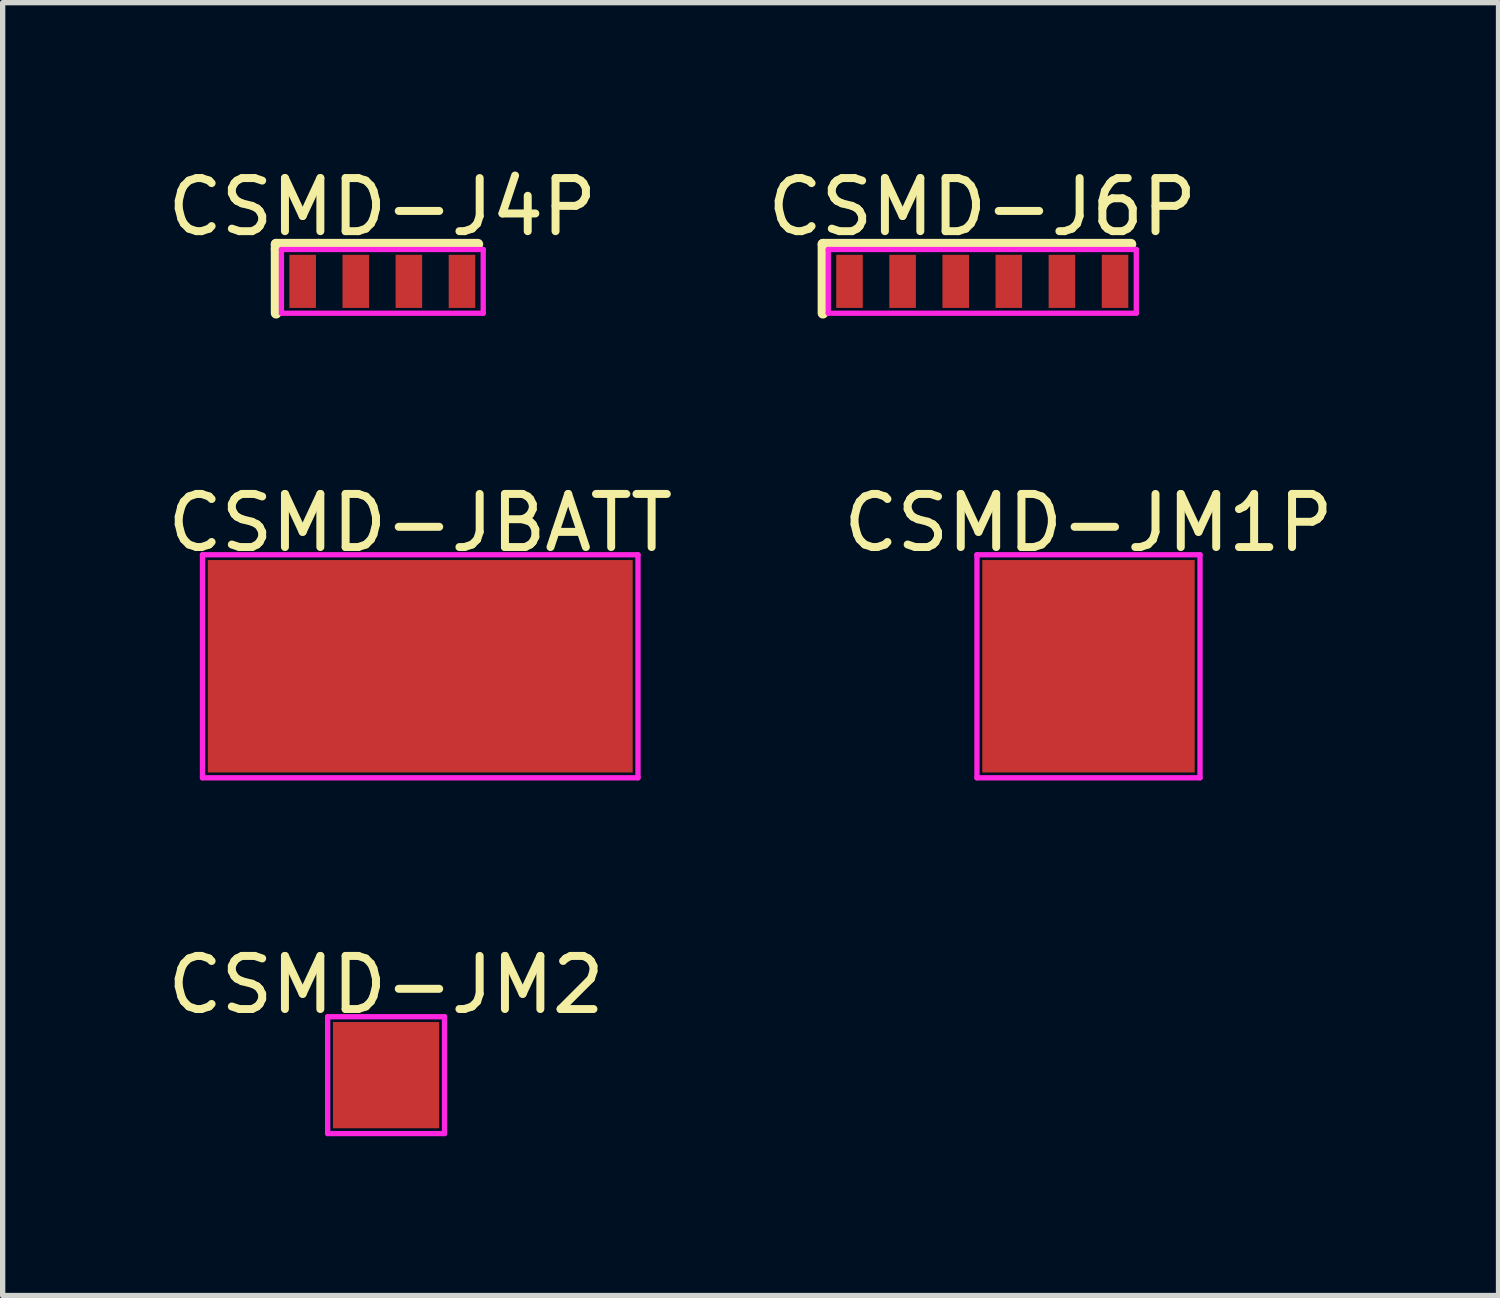
<source format=kicad_pcb>
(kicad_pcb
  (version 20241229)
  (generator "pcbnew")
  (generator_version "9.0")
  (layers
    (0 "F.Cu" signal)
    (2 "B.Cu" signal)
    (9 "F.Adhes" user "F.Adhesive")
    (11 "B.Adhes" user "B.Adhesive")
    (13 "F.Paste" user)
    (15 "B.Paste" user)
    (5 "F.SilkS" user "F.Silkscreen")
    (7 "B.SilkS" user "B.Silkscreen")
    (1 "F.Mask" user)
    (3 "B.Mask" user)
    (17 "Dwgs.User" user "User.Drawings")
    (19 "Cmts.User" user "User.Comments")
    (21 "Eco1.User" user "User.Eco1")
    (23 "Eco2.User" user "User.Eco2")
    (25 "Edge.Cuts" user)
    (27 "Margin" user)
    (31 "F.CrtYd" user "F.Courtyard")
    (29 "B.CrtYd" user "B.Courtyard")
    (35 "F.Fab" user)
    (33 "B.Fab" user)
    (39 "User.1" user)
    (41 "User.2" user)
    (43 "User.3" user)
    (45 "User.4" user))
  (footprint "CSMD-JBATT"
    (layer "F.Cu")
    (at 4.863 9.496)
    (property "Reference" "CSMD-JBATT" (at 0 -2.7 0) (layer "F.SilkS") (effects (font (size 1 1) (thickness 0.15))))
    (attr smd)
    (fp_line (start -4.1 -2.1) (end 4.1 -2.1) (stroke (width 0.1) (type solid)) (layer "F.CrtYd"))
    (fp_line (start -4.1 2.1) (end -4.1 -2.1) (stroke (width 0.1) (type solid)) (layer "F.CrtYd"))
    (fp_line (start 4.1 -2.1) (end 4.1 2.1) (stroke (width 0.1) (type solid)) (layer "F.CrtYd"))
    (fp_line (start 4.1 2.1) (end -4.1 2.1) (stroke (width 0.1) (type solid)) (layer "F.CrtYd"))
    (pad "1" smd rect (at 0 0) (size 8 4) (layers "F.Cu" "F.Mask" "F.Paste")))
  (footprint "CSMD-JM2"
    (layer "F.Cu")
    (at 4.22 17.195)
    (property "Reference" "CSMD-JM2" (at 0 -1.7 0) (layer "F.SilkS") (effects (font (size 1 1) (thickness 0.15))))
    (attr smd)
    (fp_line (start -1.1 -1.1) (end 1.1 -1.1) (stroke (width 0.1) (type solid)) (layer "F.CrtYd"))
    (fp_line (start -1.1 1.1) (end -1.1 -1.1) (stroke (width 0.1) (type solid)) (layer "F.CrtYd"))
    (fp_line (start 1.1 -1.1) (end 1.1 1.1) (stroke (width 0.1) (type solid)) (layer "F.CrtYd"))
    (fp_line (start 1.1 1.1) (end -1.1 1.1) (stroke (width 0.1) (type solid)) (layer "F.CrtYd"))
    (pad "1" smd rect (at 0 0) (size 2 2) (layers "F.Cu" "F.Mask" "F.Paste")))
  (footprint "CSMD-J6P"
    (layer "F.Cu")
    (at 15.446 2.248)
    (property "Reference" "CSMD-J6P" (at 0 -1.4 0) (layer "F.SilkS") (effects (font (size 1 1) (thickness 0.15))))
    (attr smd)
    (fp_line (start -3 -0.7) (end 2.8 -0.7) (stroke (width 0.2) (type solid)) (layer "F.SilkS"))
    (fp_line (start -3 0.6) (end -3 -0.7) (stroke (width 0.2) (type solid)) (layer "F.SilkS"))
    (fp_line (start -2.9 -0.6) (end 2.9 -0.6) (stroke (width 0.1) (type solid)) (layer "F.CrtYd"))
    (fp_line (start -2.9 0.6) (end -2.9 -0.6) (stroke (width 0.1) (type solid)) (layer "F.CrtYd"))
    (fp_line (start 2.9 -0.6) (end 2.9 0.6) (stroke (width 0.1) (type solid)) (layer "F.CrtYd"))
    (fp_line (start 2.9 0.6) (end -2.9 0.6) (stroke (width 0.1) (type solid)) (layer "F.CrtYd"))
    (pad "1" smd rect (at -2.5 0) (size 0.5 1) (layers "F.Cu" "F.Mask" "F.Paste"))
    (pad "2" smd rect (at -1.5 0) (size 0.5 1) (layers "F.Cu" "F.Mask" "F.Paste"))
    (pad "3" smd rect (at -0.5 0) (size 0.5 1) (layers "F.Cu" "F.Mask" "F.Paste"))
    (pad "4" smd rect (at 0.5 0) (size 0.5 1) (layers "F.Cu" "F.Mask" "F.Paste"))
    (pad "5" smd rect (at 1.5 0) (size 0.5 1) (layers "F.Cu" "F.Mask" "F.Paste"))
    (pad "6" smd rect (at 2.5 0) (size 0.5 1) (layers "F.Cu" "F.Mask" "F.Paste")))
  (footprint "CSMD-JM1P"
    (layer "F.Cu")
    (at 17.446 9.496)
    (property "Reference" "CSMD-JM1P" (at 0 -2.7 0) (layer "F.SilkS") (effects (font (size 1 1) (thickness 0.15))))
    (attr smd)
    (fp_line (start -2.1 -2.1) (end 2.1 -2.1) (stroke (width 0.1) (type solid)) (layer "F.CrtYd"))
    (fp_line (start -2.1 2.1) (end -2.1 -2.1) (stroke (width 0.1) (type solid)) (layer "F.CrtYd"))
    (fp_line (start 2.1 -2.1) (end 2.1 2.1) (stroke (width 0.1) (type solid)) (layer "F.CrtYd"))
    (fp_line (start 2.1 2.1) (end -2.1 2.1) (stroke (width 0.1) (type solid)) (layer "F.CrtYd"))
    (pad "1" smd rect (at 0 0) (size 4 4) (layers "F.Cu" "F.Mask" "F.Paste")))
  (footprint "CSMD-J4P"
    (layer "F.Cu")
    (at 4.149 2.248)
    (property "Reference" "CSMD-J4P" (at 0 -1.4 0) (layer "F.SilkS") (effects (font (size 1 1) (thickness 0.15))))
    (attr smd)
    (fp_line (start -2 -0.7) (end -1.2 -0.7) (stroke (width 0.2) (type solid)) (layer "F.SilkS"))
    (fp_line (start -2 -0.6) (end -2 -0.7) (stroke (width 0.2) (type solid)) (layer "F.SilkS"))
    (fp_line (start -2 -0.6) (end -2 0.6) (stroke (width 0.2) (type solid)) (layer "F.SilkS"))
    (fp_line (start -1.2 -0.7) (end 1.8 -0.7) (stroke (width 0.2) (type solid)) (layer "F.SilkS"))
    (fp_line (start -1.9 -0.6) (end 1.9 -0.6) (stroke (width 0.1) (type solid)) (layer "F.CrtYd"))
    (fp_line (start -1.9 0.6) (end -1.9 -0.6) (stroke (width 0.1) (type solid)) (layer "F.CrtYd"))
    (fp_line (start 1.9 -0.6) (end 1.9 0.6) (stroke (width 0.1) (type solid)) (layer "F.CrtYd"))
    (fp_line (start 1.9 0.6) (end -1.9 0.6) (stroke (width 0.1) (type solid)) (layer "F.CrtYd"))
    (pad "1" smd rect (at -1.5 0) (size 0.5 1) (layers "F.Cu" "F.Mask" "F.Paste"))
    (pad "2" smd rect (at -0.5 0) (size 0.5 1) (layers "F.Cu" "F.Mask" "F.Paste"))
    (pad "3" smd rect (at 0.5 0) (size 0.5 1) (layers "F.Cu" "F.Mask" "F.Paste"))
    (pad "4" smd rect (at 1.5 0) (size 0.5 1) (layers "F.Cu" "F.Mask" "F.Paste")))
  (gr_rect
    (start -3 -3)
    (end 25.167 21.345)
    (stroke (width 0.1) (type default))
    (fill no)
    (layer "Edge.Cuts")))
</source>
